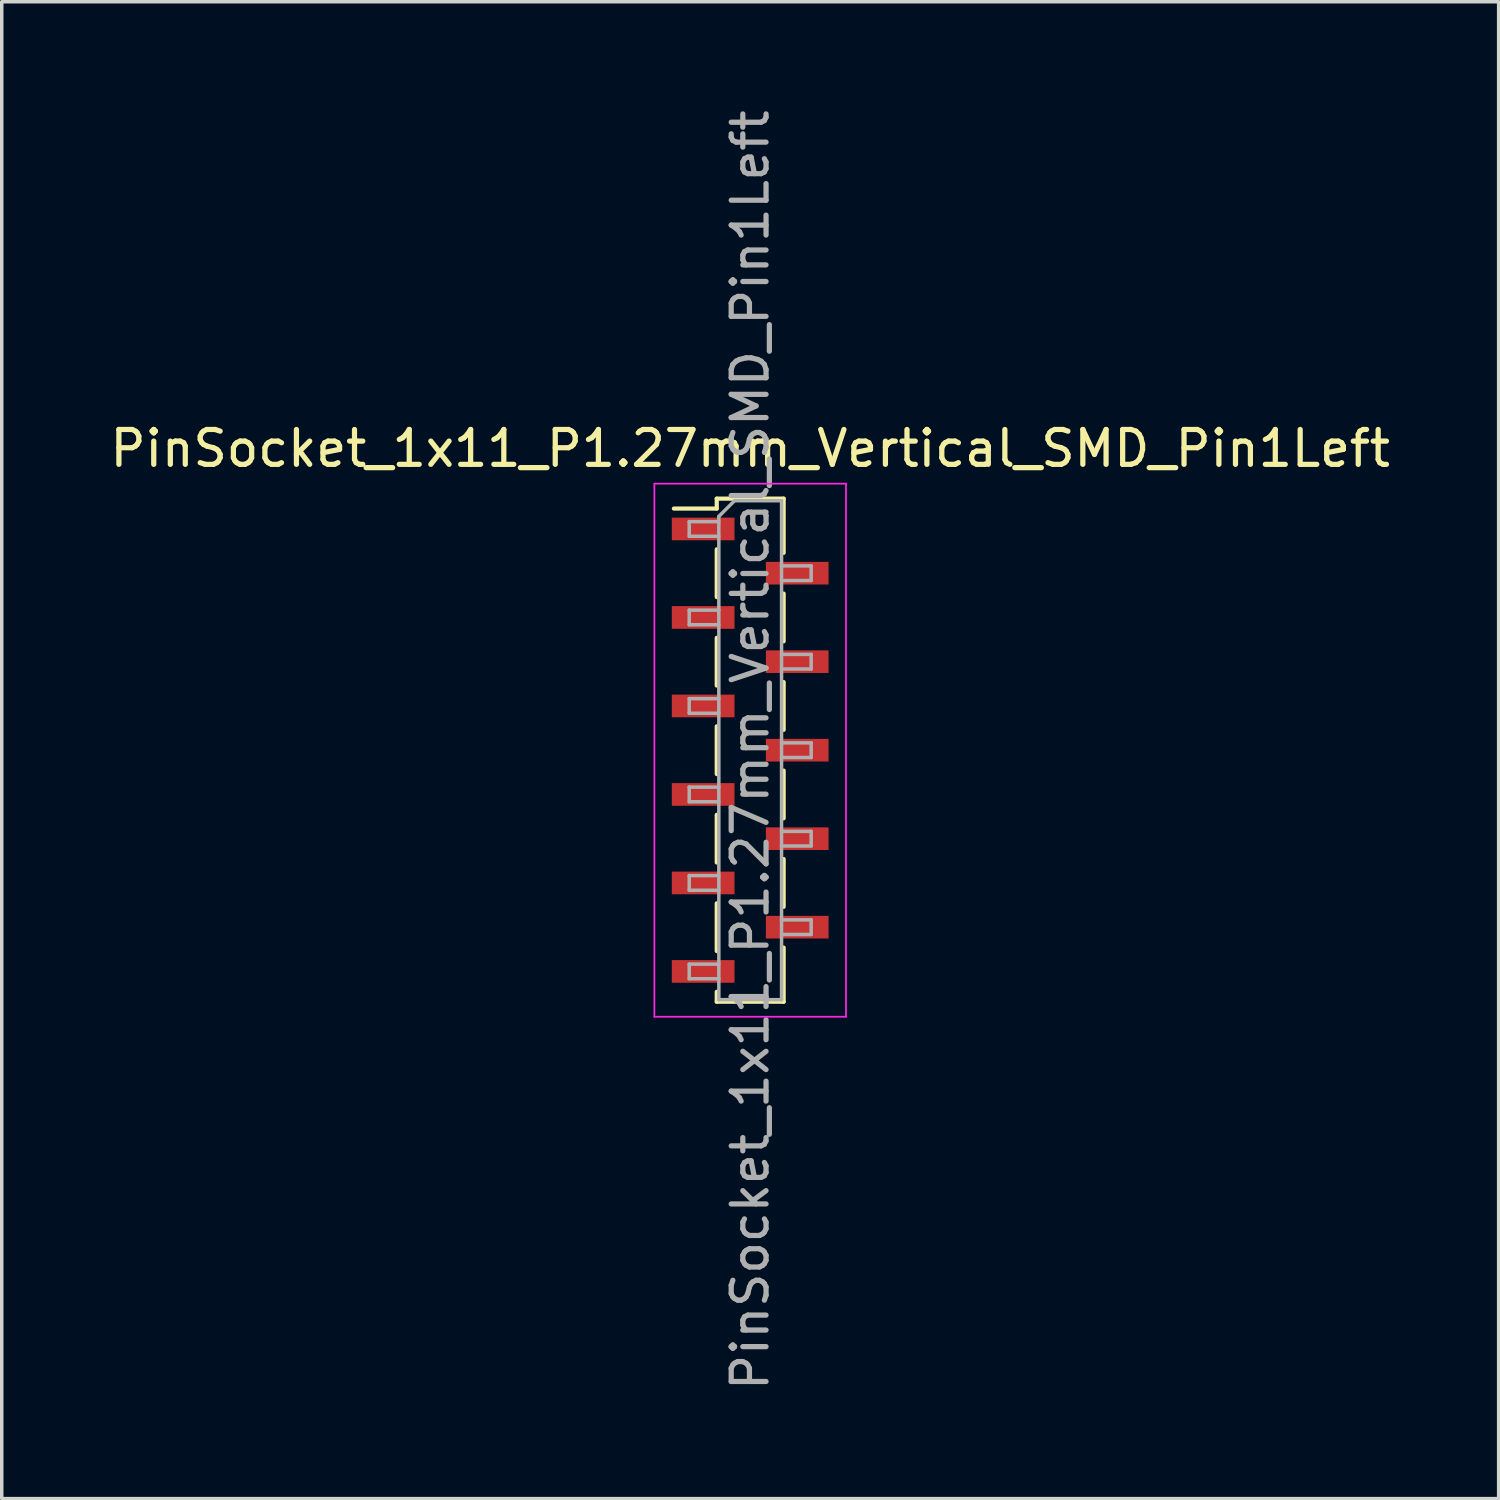
<source format=kicad_pcb>
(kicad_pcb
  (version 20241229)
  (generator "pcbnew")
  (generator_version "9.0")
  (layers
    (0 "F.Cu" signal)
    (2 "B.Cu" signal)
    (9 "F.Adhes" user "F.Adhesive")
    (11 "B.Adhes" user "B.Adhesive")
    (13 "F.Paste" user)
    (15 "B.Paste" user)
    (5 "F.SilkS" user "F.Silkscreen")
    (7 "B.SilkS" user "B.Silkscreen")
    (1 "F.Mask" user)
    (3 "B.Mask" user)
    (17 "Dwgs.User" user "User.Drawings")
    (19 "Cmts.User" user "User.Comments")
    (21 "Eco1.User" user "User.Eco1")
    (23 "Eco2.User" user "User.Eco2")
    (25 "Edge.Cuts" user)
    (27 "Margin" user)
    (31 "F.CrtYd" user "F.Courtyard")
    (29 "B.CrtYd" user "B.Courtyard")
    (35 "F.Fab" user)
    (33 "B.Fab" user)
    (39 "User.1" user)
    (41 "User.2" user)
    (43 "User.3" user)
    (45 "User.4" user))
  (footprint "PinSocket_1x11_P1.27mm_Vertical_SMD_Pin1Left"
    (layer "F.Cu")
    (at 18.482 18.482)
    (property "Reference" "PinSocket_1x11_P1.27mm_Vertical_SMD_Pin1Left" (at 0 -8.66 0) (layer "F.SilkS") (effects (font (size 1 1) (thickness 0.15))))
    (attr smd)
    (fp_line (start -2.19 -6.935) (end -0.96 -6.935) (stroke (width 0.12) (type solid)) (layer "F.SilkS"))
    (fp_line (start -0.96 -7.22) (end -0.96 -6.935) (stroke (width 0.12) (type solid)) (layer "F.SilkS"))
    (fp_line (start -0.96 -7.22) (end 0.96 -7.22) (stroke (width 0.12) (type solid)) (layer "F.SilkS"))
    (fp_line (start -0.96 -5.765) (end -0.96 -4.395) (stroke (width 0.12) (type solid)) (layer "F.SilkS"))
    (fp_line (start -0.96 -3.225) (end -0.96 -1.855) (stroke (width 0.12) (type solid)) (layer "F.SilkS"))
    (fp_line (start -0.96 -0.685) (end -0.96 0.685) (stroke (width 0.12) (type solid)) (layer "F.SilkS"))
    (fp_line (start -0.96 1.855) (end -0.96 3.225) (stroke (width 0.12) (type solid)) (layer "F.SilkS"))
    (fp_line (start -0.96 4.395) (end -0.96 5.765) (stroke (width 0.12) (type solid)) (layer "F.SilkS"))
    (fp_line (start -0.96 6.935) (end -0.96 7.22) (stroke (width 0.12) (type solid)) (layer "F.SilkS"))
    (fp_line (start -0.96 7.22) (end 0.96 7.22) (stroke (width 0.12) (type solid)) (layer "F.SilkS"))
    (fp_line (start 0.96 -7.22) (end 0.96 -5.665) (stroke (width 0.12) (type solid)) (layer "F.SilkS"))
    (fp_line (start 0.96 -4.495) (end 0.96 -3.125) (stroke (width 0.12) (type solid)) (layer "F.SilkS"))
    (fp_line (start 0.96 -1.955) (end 0.96 -0.585) (stroke (width 0.12) (type solid)) (layer "F.SilkS"))
    (fp_line (start 0.96 0.585) (end 0.96 1.955) (stroke (width 0.12) (type solid)) (layer "F.SilkS"))
    (fp_line (start 0.96 3.125) (end 0.96 4.495) (stroke (width 0.12) (type solid)) (layer "F.SilkS"))
    (fp_line (start 0.96 5.665) (end 0.96 7.22) (stroke (width 0.12) (type solid)) (layer "F.SilkS"))
    (fp_line (start -2.75 -7.65) (end 2.75 -7.65) (stroke (width 0.05) (type solid)) (layer "F.CrtYd"))
    (fp_line (start -2.75 7.65) (end -2.75 -7.65) (stroke (width 0.05) (type solid)) (layer "F.CrtYd"))
    (fp_line (start 2.75 -7.65) (end 2.75 7.65) (stroke (width 0.05) (type solid)) (layer "F.CrtYd"))
    (fp_line (start 2.75 7.65) (end -2.75 7.65) (stroke (width 0.05) (type solid)) (layer "F.CrtYd"))
    (fp_line (start -1.75 -6.56) (end -0.9 -6.56) (stroke (width 0.1) (type solid)) (layer "F.Fab"))
    (fp_line (start -1.75 -6.14) (end -1.75 -6.56) (stroke (width 0.1) (type solid)) (layer "F.Fab"))
    (fp_line (start -1.75 -4.02) (end -0.9 -4.02) (stroke (width 0.1) (type solid)) (layer "F.Fab"))
    (fp_line (start -1.75 -3.6) (end -1.75 -4.02) (stroke (width 0.1) (type solid)) (layer "F.Fab"))
    (fp_line (start -1.75 -1.48) (end -0.9 -1.48) (stroke (width 0.1) (type solid)) (layer "F.Fab"))
    (fp_line (start -1.75 -1.06) (end -1.75 -1.48) (stroke (width 0.1) (type solid)) (layer "F.Fab"))
    (fp_line (start -1.75 1.06) (end -0.9 1.06) (stroke (width 0.1) (type solid)) (layer "F.Fab"))
    (fp_line (start -1.75 1.48) (end -1.75 1.06) (stroke (width 0.1) (type solid)) (layer "F.Fab"))
    (fp_line (start -1.75 3.6) (end -0.9 3.6) (stroke (width 0.1) (type solid)) (layer "F.Fab"))
    (fp_line (start -1.75 4.02) (end -1.75 3.6) (stroke (width 0.1) (type solid)) (layer "F.Fab"))
    (fp_line (start -1.75 6.14) (end -0.9 6.14) (stroke (width 0.1) (type solid)) (layer "F.Fab"))
    (fp_line (start -1.75 6.56) (end -1.75 6.14) (stroke (width 0.1) (type solid)) (layer "F.Fab"))
    (fp_line (start -0.9 -6.71) (end -0.45 -7.16) (stroke (width 0.1) (type solid)) (layer "F.Fab"))
    (fp_line (start -0.9 -6.14) (end -1.75 -6.14) (stroke (width 0.1) (type solid)) (layer "F.Fab"))
    (fp_line (start -0.9 -3.6) (end -1.75 -3.6) (stroke (width 0.1) (type solid)) (layer "F.Fab"))
    (fp_line (start -0.9 -1.06) (end -1.75 -1.06) (stroke (width 0.1) (type solid)) (layer "F.Fab"))
    (fp_line (start -0.9 1.48) (end -1.75 1.48) (stroke (width 0.1) (type solid)) (layer "F.Fab"))
    (fp_line (start -0.9 4.02) (end -1.75 4.02) (stroke (width 0.1) (type solid)) (layer "F.Fab"))
    (fp_line (start -0.9 6.56) (end -1.75 6.56) (stroke (width 0.1) (type solid)) (layer "F.Fab"))
    (fp_line (start -0.9 7.16) (end -0.9 -6.71) (stroke (width 0.1) (type solid)) (layer "F.Fab"))
    (fp_line (start -0.45 -7.16) (end 0.9 -7.16) (stroke (width 0.1) (type solid)) (layer "F.Fab"))
    (fp_line (start 0.9 -7.16) (end 0.9 7.16) (stroke (width 0.1) (type solid)) (layer "F.Fab"))
    (fp_line (start 0.9 -5.29) (end 1.75 -5.29) (stroke (width 0.1) (type solid)) (layer "F.Fab"))
    (fp_line (start 0.9 -2.75) (end 1.75 -2.75) (stroke (width 0.1) (type solid)) (layer "F.Fab"))
    (fp_line (start 0.9 -0.21) (end 1.75 -0.21) (stroke (width 0.1) (type solid)) (layer "F.Fab"))
    (fp_line (start 0.9 2.33) (end 1.75 2.33) (stroke (width 0.1) (type solid)) (layer "F.Fab"))
    (fp_line (start 0.9 4.87) (end 1.75 4.87) (stroke (width 0.1) (type solid)) (layer "F.Fab"))
    (fp_line (start 0.9 7.16) (end -0.9 7.16) (stroke (width 0.1) (type solid)) (layer "F.Fab"))
    (fp_line (start 1.75 -5.29) (end 1.75 -4.87) (stroke (width 0.1) (type solid)) (layer "F.Fab"))
    (fp_line (start 1.75 -4.87) (end 0.9 -4.87) (stroke (width 0.1) (type solid)) (layer "F.Fab"))
    (fp_line (start 1.75 -2.75) (end 1.75 -2.33) (stroke (width 0.1) (type solid)) (layer "F.Fab"))
    (fp_line (start 1.75 -2.33) (end 0.9 -2.33) (stroke (width 0.1) (type solid)) (layer "F.Fab"))
    (fp_line (start 1.75 -0.21) (end 1.75 0.21) (stroke (width 0.1) (type solid)) (layer "F.Fab"))
    (fp_line (start 1.75 0.21) (end 0.9 0.21) (stroke (width 0.1) (type solid)) (layer "F.Fab"))
    (fp_line (start 1.75 2.33) (end 1.75 2.75) (stroke (width 0.1) (type solid)) (layer "F.Fab"))
    (fp_line (start 1.75 2.75) (end 0.9 2.75) (stroke (width 0.1) (type solid)) (layer "F.Fab"))
    (fp_line (start 1.75 4.87) (end 1.75 5.29) (stroke (width 0.1) (type solid)) (layer "F.Fab"))
    (fp_line (start 1.75 5.29) (end 0.9 5.29) (stroke (width 0.1) (type solid)) (layer "F.Fab"))
    (fp_text user "${REFERENCE}" (at 0 0 90) (layer "F.Fab") (effects (font (size 1 1) (thickness 0.15))))
    (pad "1" smd rect (at -1.35 -6.35) (size 1.8 0.65) (layers "F.Cu" "F.Mask" "F.Paste"))
    (pad "2" smd rect (at 1.35 -5.08) (size 1.8 0.65) (layers "F.Cu" "F.Mask" "F.Paste"))
    (pad "3" smd rect (at -1.35 -3.81) (size 1.8 0.65) (layers "F.Cu" "F.Mask" "F.Paste"))
    (pad "4" smd rect (at 1.35 -2.54) (size 1.8 0.65) (layers "F.Cu" "F.Mask" "F.Paste"))
    (pad "5" smd rect (at -1.35 -1.27) (size 1.8 0.65) (layers "F.Cu" "F.Mask" "F.Paste"))
    (pad "6" smd rect (at 1.35 0) (size 1.8 0.65) (layers "F.Cu" "F.Mask" "F.Paste"))
    (pad "7" smd rect (at -1.35 1.27) (size 1.8 0.65) (layers "F.Cu" "F.Mask" "F.Paste"))
    (pad "8" smd rect (at 1.35 2.54) (size 1.8 0.65) (layers "F.Cu" "F.Mask" "F.Paste"))
    (pad "9" smd rect (at -1.35 3.81) (size 1.8 0.65) (layers "F.Cu" "F.Mask" "F.Paste"))
    (pad "10" smd rect (at 1.35 5.08) (size 1.8 0.65) (layers "F.Cu" "F.Mask" "F.Paste"))
    (pad "11" smd rect (at -1.35 6.35) (size 1.8 0.65) (layers "F.Cu" "F.Mask" "F.Paste")))
  (gr_rect
    (start -3 -3)
    (end 39.964 39.964)
    (stroke (width 0.1) (type default))
    (fill no)
    (layer "Edge.Cuts")))
</source>
